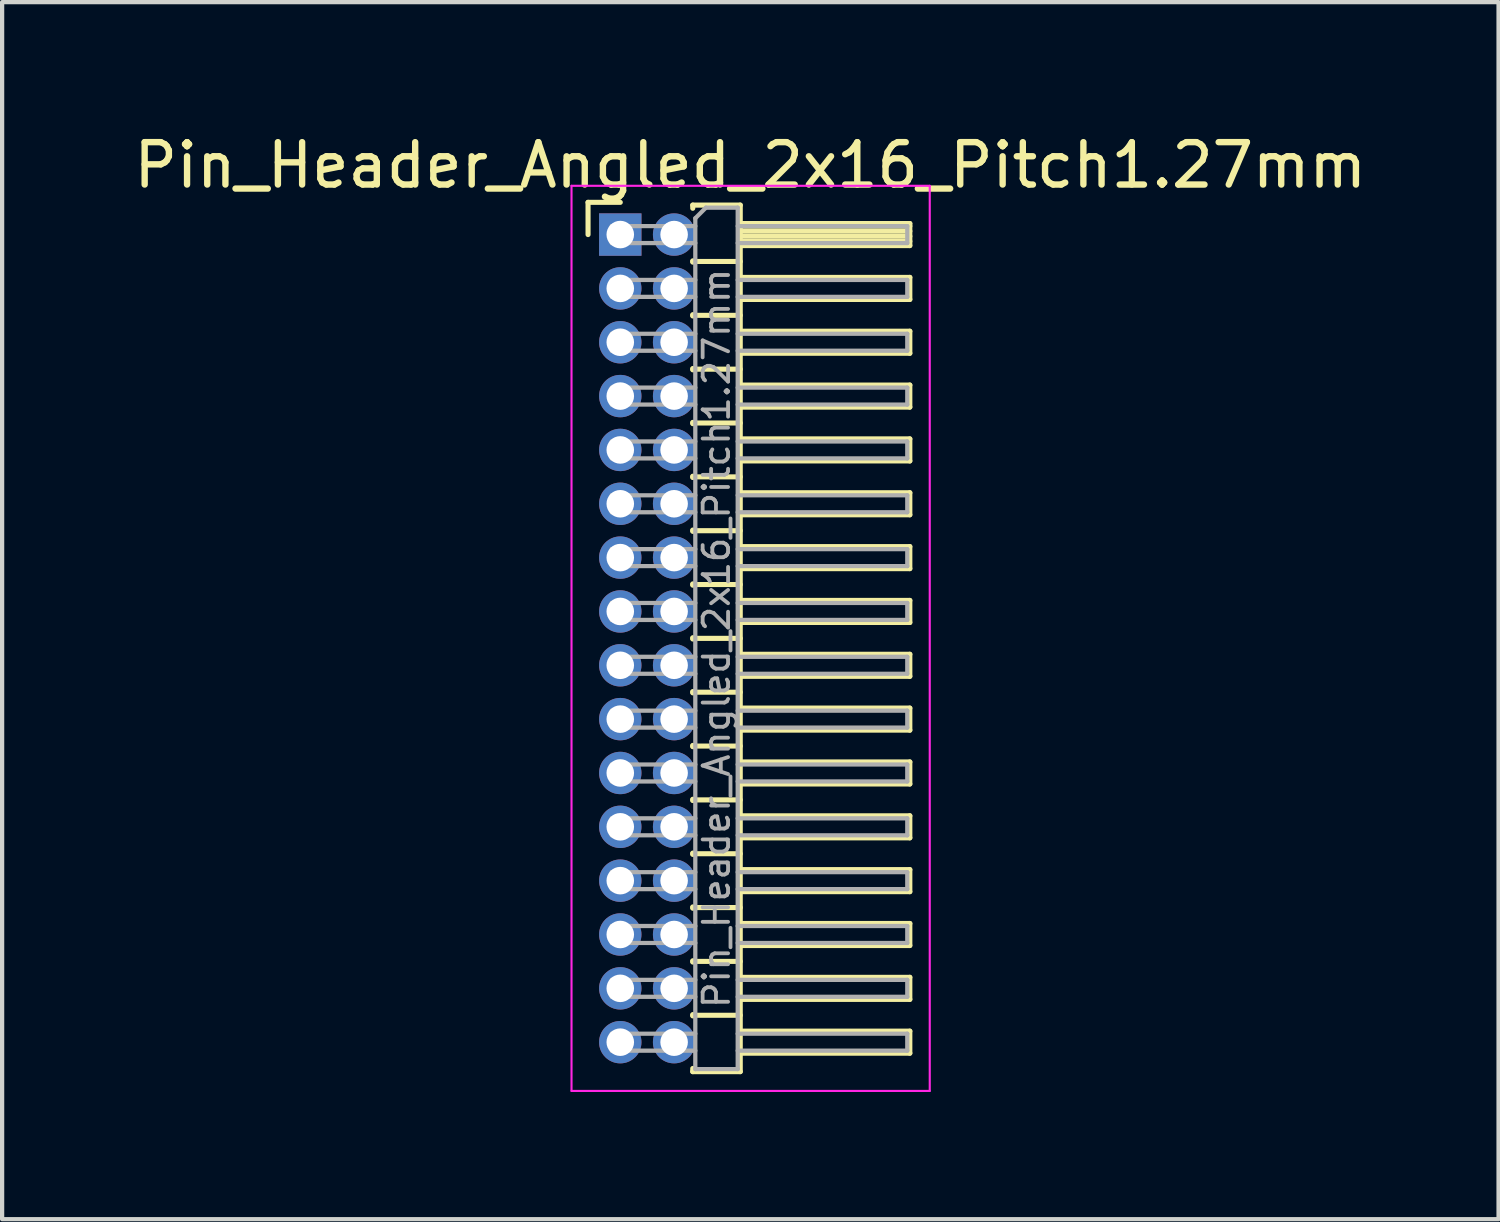
<source format=kicad_pcb>
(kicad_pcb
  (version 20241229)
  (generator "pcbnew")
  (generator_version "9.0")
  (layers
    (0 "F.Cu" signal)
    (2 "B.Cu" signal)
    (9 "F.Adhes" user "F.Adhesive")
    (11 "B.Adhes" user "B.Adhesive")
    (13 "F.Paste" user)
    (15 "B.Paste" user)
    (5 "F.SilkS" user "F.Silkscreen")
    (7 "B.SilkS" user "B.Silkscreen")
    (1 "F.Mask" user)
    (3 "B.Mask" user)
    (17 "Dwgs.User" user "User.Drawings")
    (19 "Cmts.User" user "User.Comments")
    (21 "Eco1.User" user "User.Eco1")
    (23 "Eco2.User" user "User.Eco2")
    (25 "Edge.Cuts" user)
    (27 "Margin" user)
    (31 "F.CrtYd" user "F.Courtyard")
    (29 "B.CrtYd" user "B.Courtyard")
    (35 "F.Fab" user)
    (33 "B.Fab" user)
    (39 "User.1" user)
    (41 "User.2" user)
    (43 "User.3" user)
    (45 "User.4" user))
  (footprint "Pin_Header_Angled_2x16_Pitch1.27mm"
    (layer "F.Cu")
    (at 11.581 2.483)
    (property "Reference" "Pin_Header_Angled_2x16_Pitch1.27mm" (at 3.067 -1.635 0) (layer "F.SilkS") (effects (font (size 1 1) (thickness 0.15))))
    (attr through_hole)
    (fp_line (start -0.76 -0.76) (end 0 -0.76) (stroke (width 0.12) (type solid)) (layer "F.SilkS"))
    (fp_line (start -0.76 0) (end -0.76 -0.76) (stroke (width 0.12) (type solid)) (layer "F.SilkS"))
    (fp_line (start 1.71 -0.695) (end 2.83 -0.695) (stroke (width 0.12) (type solid)) (layer "F.SilkS"))
    (fp_line (start 1.71 -0.62) (end 1.71 -0.695) (stroke (width 0.12) (type solid)) (layer "F.SilkS"))
    (fp_line (start 1.71 0.62) (end 1.71 0.65) (stroke (width 0.12) (type solid)) (layer "F.SilkS"))
    (fp_line (start 1.71 0.635) (end 2.83 0.635) (stroke (width 0.12) (type solid)) (layer "F.SilkS"))
    (fp_line (start 1.71 1.89) (end 1.71 1.92) (stroke (width 0.12) (type solid)) (layer "F.SilkS"))
    (fp_line (start 1.71 1.905) (end 2.83 1.905) (stroke (width 0.12) (type solid)) (layer "F.SilkS"))
    (fp_line (start 1.71 3.16) (end 1.71 3.19) (stroke (width 0.12) (type solid)) (layer "F.SilkS"))
    (fp_line (start 1.71 3.175) (end 2.83 3.175) (stroke (width 0.12) (type solid)) (layer "F.SilkS"))
    (fp_line (start 1.71 4.43) (end 1.71 4.46) (stroke (width 0.12) (type solid)) (layer "F.SilkS"))
    (fp_line (start 1.71 4.445) (end 2.83 4.445) (stroke (width 0.12) (type solid)) (layer "F.SilkS"))
    (fp_line (start 1.71 5.7) (end 1.71 5.73) (stroke (width 0.12) (type solid)) (layer "F.SilkS"))
    (fp_line (start 1.71 5.715) (end 2.83 5.715) (stroke (width 0.12) (type solid)) (layer "F.SilkS"))
    (fp_line (start 1.71 6.97) (end 1.71 7) (stroke (width 0.12) (type solid)) (layer "F.SilkS"))
    (fp_line (start 1.71 6.985) (end 2.83 6.985) (stroke (width 0.12) (type solid)) (layer "F.SilkS"))
    (fp_line (start 1.71 8.24) (end 1.71 8.27) (stroke (width 0.12) (type solid)) (layer "F.SilkS"))
    (fp_line (start 1.71 8.255) (end 2.83 8.255) (stroke (width 0.12) (type solid)) (layer "F.SilkS"))
    (fp_line (start 1.71 9.51) (end 1.71 9.54) (stroke (width 0.12) (type solid)) (layer "F.SilkS"))
    (fp_line (start 1.71 9.525) (end 2.83 9.525) (stroke (width 0.12) (type solid)) (layer "F.SilkS"))
    (fp_line (start 1.71 10.78) (end 1.71 10.81) (stroke (width 0.12) (type solid)) (layer "F.SilkS"))
    (fp_line (start 1.71 10.795) (end 2.83 10.795) (stroke (width 0.12) (type solid)) (layer "F.SilkS"))
    (fp_line (start 1.71 12.05) (end 1.71 12.08) (stroke (width 0.12) (type solid)) (layer "F.SilkS"))
    (fp_line (start 1.71 12.065) (end 2.83 12.065) (stroke (width 0.12) (type solid)) (layer "F.SilkS"))
    (fp_line (start 1.71 13.32) (end 1.71 13.35) (stroke (width 0.12) (type solid)) (layer "F.SilkS"))
    (fp_line (start 1.71 13.335) (end 2.83 13.335) (stroke (width 0.12) (type solid)) (layer "F.SilkS"))
    (fp_line (start 1.71 14.59) (end 1.71 14.62) (stroke (width 0.12) (type solid)) (layer "F.SilkS"))
    (fp_line (start 1.71 14.605) (end 2.83 14.605) (stroke (width 0.12) (type solid)) (layer "F.SilkS"))
    (fp_line (start 1.71 15.86) (end 1.71 15.89) (stroke (width 0.12) (type solid)) (layer "F.SilkS"))
    (fp_line (start 1.71 15.875) (end 2.83 15.875) (stroke (width 0.12) (type solid)) (layer "F.SilkS"))
    (fp_line (start 1.71 17.13) (end 1.71 17.16) (stroke (width 0.12) (type solid)) (layer "F.SilkS"))
    (fp_line (start 1.71 17.145) (end 2.83 17.145) (stroke (width 0.12) (type solid)) (layer "F.SilkS"))
    (fp_line (start 1.71 18.4) (end 1.71 18.43) (stroke (width 0.12) (type solid)) (layer "F.SilkS"))
    (fp_line (start 1.71 18.415) (end 2.83 18.415) (stroke (width 0.12) (type solid)) (layer "F.SilkS"))
    (fp_line (start 1.71 19.745) (end 1.71 19.67) (stroke (width 0.12) (type solid)) (layer "F.SilkS"))
    (fp_line (start 2.83 -0.695) (end 2.83 19.745) (stroke (width 0.12) (type solid)) (layer "F.SilkS"))
    (fp_line (start 2.83 -0.26) (end 6.83 -0.26) (stroke (width 0.12) (type solid)) (layer "F.SilkS"))
    (fp_line (start 2.83 -0.2) (end 6.83 -0.2) (stroke (width 0.12) (type solid)) (layer "F.SilkS"))
    (fp_line (start 2.83 -0.08) (end 6.83 -0.08) (stroke (width 0.12) (type solid)) (layer "F.SilkS"))
    (fp_line (start 2.83 0.04) (end 6.83 0.04) (stroke (width 0.12) (type solid)) (layer "F.SilkS"))
    (fp_line (start 2.83 0.16) (end 6.83 0.16) (stroke (width 0.12) (type solid)) (layer "F.SilkS"))
    (fp_line (start 2.83 1.01) (end 6.83 1.01) (stroke (width 0.12) (type solid)) (layer "F.SilkS"))
    (fp_line (start 2.83 2.28) (end 6.83 2.28) (stroke (width 0.12) (type solid)) (layer "F.SilkS"))
    (fp_line (start 2.83 3.55) (end 6.83 3.55) (stroke (width 0.12) (type solid)) (layer "F.SilkS"))
    (fp_line (start 2.83 4.82) (end 6.83 4.82) (stroke (width 0.12) (type solid)) (layer "F.SilkS"))
    (fp_line (start 2.83 6.09) (end 6.83 6.09) (stroke (width 0.12) (type solid)) (layer "F.SilkS"))
    (fp_line (start 2.83 7.36) (end 6.83 7.36) (stroke (width 0.12) (type solid)) (layer "F.SilkS"))
    (fp_line (start 2.83 8.63) (end 6.83 8.63) (stroke (width 0.12) (type solid)) (layer "F.SilkS"))
    (fp_line (start 2.83 9.9) (end 6.83 9.9) (stroke (width 0.12) (type solid)) (layer "F.SilkS"))
    (fp_line (start 2.83 11.17) (end 6.83 11.17) (stroke (width 0.12) (type solid)) (layer "F.SilkS"))
    (fp_line (start 2.83 12.44) (end 6.83 12.44) (stroke (width 0.12) (type solid)) (layer "F.SilkS"))
    (fp_line (start 2.83 13.71) (end 6.83 13.71) (stroke (width 0.12) (type solid)) (layer "F.SilkS"))
    (fp_line (start 2.83 14.98) (end 6.83 14.98) (stroke (width 0.12) (type solid)) (layer "F.SilkS"))
    (fp_line (start 2.83 16.25) (end 6.83 16.25) (stroke (width 0.12) (type solid)) (layer "F.SilkS"))
    (fp_line (start 2.83 17.52) (end 6.83 17.52) (stroke (width 0.12) (type solid)) (layer "F.SilkS"))
    (fp_line (start 2.83 18.79) (end 6.83 18.79) (stroke (width 0.12) (type solid)) (layer "F.SilkS"))
    (fp_line (start 2.83 19.745) (end 1.71 19.745) (stroke (width 0.12) (type solid)) (layer "F.SilkS"))
    (fp_line (start 6.83 -0.26) (end 6.83 0.26) (stroke (width 0.12) (type solid)) (layer "F.SilkS"))
    (fp_line (start 6.83 0.26) (end 2.83 0.26) (stroke (width 0.12) (type solid)) (layer "F.SilkS"))
    (fp_line (start 6.83 1.01) (end 6.83 1.53) (stroke (width 0.12) (type solid)) (layer "F.SilkS"))
    (fp_line (start 6.83 1.53) (end 2.83 1.53) (stroke (width 0.12) (type solid)) (layer "F.SilkS"))
    (fp_line (start 6.83 2.28) (end 6.83 2.8) (stroke (width 0.12) (type solid)) (layer "F.SilkS"))
    (fp_line (start 6.83 2.8) (end 2.83 2.8) (stroke (width 0.12) (type solid)) (layer "F.SilkS"))
    (fp_line (start 6.83 3.55) (end 6.83 4.07) (stroke (width 0.12) (type solid)) (layer "F.SilkS"))
    (fp_line (start 6.83 4.07) (end 2.83 4.07) (stroke (width 0.12) (type solid)) (layer "F.SilkS"))
    (fp_line (start 6.83 4.82) (end 6.83 5.34) (stroke (width 0.12) (type solid)) (layer "F.SilkS"))
    (fp_line (start 6.83 5.34) (end 2.83 5.34) (stroke (width 0.12) (type solid)) (layer "F.SilkS"))
    (fp_line (start 6.83 6.09) (end 6.83 6.61) (stroke (width 0.12) (type solid)) (layer "F.SilkS"))
    (fp_line (start 6.83 6.61) (end 2.83 6.61) (stroke (width 0.12) (type solid)) (layer "F.SilkS"))
    (fp_line (start 6.83 7.36) (end 6.83 7.88) (stroke (width 0.12) (type solid)) (layer "F.SilkS"))
    (fp_line (start 6.83 7.88) (end 2.83 7.88) (stroke (width 0.12) (type solid)) (layer "F.SilkS"))
    (fp_line (start 6.83 8.63) (end 6.83 9.15) (stroke (width 0.12) (type solid)) (layer "F.SilkS"))
    (fp_line (start 6.83 9.15) (end 2.83 9.15) (stroke (width 0.12) (type solid)) (layer "F.SilkS"))
    (fp_line (start 6.83 9.9) (end 6.83 10.42) (stroke (width 0.12) (type solid)) (layer "F.SilkS"))
    (fp_line (start 6.83 10.42) (end 2.83 10.42) (stroke (width 0.12) (type solid)) (layer "F.SilkS"))
    (fp_line (start 6.83 11.17) (end 6.83 11.69) (stroke (width 0.12) (type solid)) (layer "F.SilkS"))
    (fp_line (start 6.83 11.69) (end 2.83 11.69) (stroke (width 0.12) (type solid)) (layer "F.SilkS"))
    (fp_line (start 6.83 12.44) (end 6.83 12.96) (stroke (width 0.12) (type solid)) (layer "F.SilkS"))
    (fp_line (start 6.83 12.96) (end 2.83 12.96) (stroke (width 0.12) (type solid)) (layer "F.SilkS"))
    (fp_line (start 6.83 13.71) (end 6.83 14.23) (stroke (width 0.12) (type solid)) (layer "F.SilkS"))
    (fp_line (start 6.83 14.23) (end 2.83 14.23) (stroke (width 0.12) (type solid)) (layer "F.SilkS"))
    (fp_line (start 6.83 14.98) (end 6.83 15.5) (stroke (width 0.12) (type solid)) (layer "F.SilkS"))
    (fp_line (start 6.83 15.5) (end 2.83 15.5) (stroke (width 0.12) (type solid)) (layer "F.SilkS"))
    (fp_line (start 6.83 16.25) (end 6.83 16.77) (stroke (width 0.12) (type solid)) (layer "F.SilkS"))
    (fp_line (start 6.83 16.77) (end 2.83 16.77) (stroke (width 0.12) (type solid)) (layer "F.SilkS"))
    (fp_line (start 6.83 17.52) (end 6.83 18.04) (stroke (width 0.12) (type solid)) (layer "F.SilkS"))
    (fp_line (start 6.83 18.04) (end 2.83 18.04) (stroke (width 0.12) (type solid)) (layer "F.SilkS"))
    (fp_line (start 6.83 18.79) (end 6.83 19.31) (stroke (width 0.12) (type solid)) (layer "F.SilkS"))
    (fp_line (start 6.83 19.31) (end 2.83 19.31) (stroke (width 0.12) (type solid)) (layer "F.SilkS"))
    (fp_line (start -1.15 -1.15) (end -1.15 20.2) (stroke (width 0.05) (type solid)) (layer "F.CrtYd"))
    (fp_line (start -1.15 20.2) (end 7.3 20.2) (stroke (width 0.05) (type solid)) (layer "F.CrtYd"))
    (fp_line (start 7.3 -1.15) (end -1.15 -1.15) (stroke (width 0.05) (type solid)) (layer "F.CrtYd"))
    (fp_line (start 7.3 20.2) (end 7.3 -1.15) (stroke (width 0.05) (type solid)) (layer "F.CrtYd"))
    (fp_line (start -0.2 -0.2) (end -0.2 0.2) (stroke (width 0.1) (type solid)) (layer "F.Fab"))
    (fp_line (start -0.2 -0.2) (end 1.77 -0.2) (stroke (width 0.1) (type solid)) (layer "F.Fab"))
    (fp_line (start -0.2 0.2) (end 1.77 0.2) (stroke (width 0.1) (type solid)) (layer "F.Fab"))
    (fp_line (start -0.2 1.07) (end -0.2 1.47) (stroke (width 0.1) (type solid)) (layer "F.Fab"))
    (fp_line (start -0.2 1.07) (end 1.77 1.07) (stroke (width 0.1) (type solid)) (layer "F.Fab"))
    (fp_line (start -0.2 1.47) (end 1.77 1.47) (stroke (width 0.1) (type solid)) (layer "F.Fab"))
    (fp_line (start -0.2 2.34) (end -0.2 2.74) (stroke (width 0.1) (type solid)) (layer "F.Fab"))
    (fp_line (start -0.2 2.34) (end 1.77 2.34) (stroke (width 0.1) (type solid)) (layer "F.Fab"))
    (fp_line (start -0.2 2.74) (end 1.77 2.74) (stroke (width 0.1) (type solid)) (layer "F.Fab"))
    (fp_line (start -0.2 3.61) (end -0.2 4.01) (stroke (width 0.1) (type solid)) (layer "F.Fab"))
    (fp_line (start -0.2 3.61) (end 1.77 3.61) (stroke (width 0.1) (type solid)) (layer "F.Fab"))
    (fp_line (start -0.2 4.01) (end 1.77 4.01) (stroke (width 0.1) (type solid)) (layer "F.Fab"))
    (fp_line (start -0.2 4.88) (end -0.2 5.28) (stroke (width 0.1) (type solid)) (layer "F.Fab"))
    (fp_line (start -0.2 4.88) (end 1.77 4.88) (stroke (width 0.1) (type solid)) (layer "F.Fab"))
    (fp_line (start -0.2 5.28) (end 1.77 5.28) (stroke (width 0.1) (type solid)) (layer "F.Fab"))
    (fp_line (start -0.2 6.15) (end -0.2 6.55) (stroke (width 0.1) (type solid)) (layer "F.Fab"))
    (fp_line (start -0.2 6.15) (end 1.77 6.15) (stroke (width 0.1) (type solid)) (layer "F.Fab"))
    (fp_line (start -0.2 6.55) (end 1.77 6.55) (stroke (width 0.1) (type solid)) (layer "F.Fab"))
    (fp_line (start -0.2 7.42) (end -0.2 7.82) (stroke (width 0.1) (type solid)) (layer "F.Fab"))
    (fp_line (start -0.2 7.42) (end 1.77 7.42) (stroke (width 0.1) (type solid)) (layer "F.Fab"))
    (fp_line (start -0.2 7.82) (end 1.77 7.82) (stroke (width 0.1) (type solid)) (layer "F.Fab"))
    (fp_line (start -0.2 8.69) (end -0.2 9.09) (stroke (width 0.1) (type solid)) (layer "F.Fab"))
    (fp_line (start -0.2 8.69) (end 1.77 8.69) (stroke (width 0.1) (type solid)) (layer "F.Fab"))
    (fp_line (start -0.2 9.09) (end 1.77 9.09) (stroke (width 0.1) (type solid)) (layer "F.Fab"))
    (fp_line (start -0.2 9.96) (end -0.2 10.36) (stroke (width 0.1) (type solid)) (layer "F.Fab"))
    (fp_line (start -0.2 9.96) (end 1.77 9.96) (stroke (width 0.1) (type solid)) (layer "F.Fab"))
    (fp_line (start -0.2 10.36) (end 1.77 10.36) (stroke (width 0.1) (type solid)) (layer "F.Fab"))
    (fp_line (start -0.2 11.23) (end -0.2 11.63) (stroke (width 0.1) (type solid)) (layer "F.Fab"))
    (fp_line (start -0.2 11.23) (end 1.77 11.23) (stroke (width 0.1) (type solid)) (layer "F.Fab"))
    (fp_line (start -0.2 11.63) (end 1.77 11.63) (stroke (width 0.1) (type solid)) (layer "F.Fab"))
    (fp_line (start -0.2 12.5) (end -0.2 12.9) (stroke (width 0.1) (type solid)) (layer "F.Fab"))
    (fp_line (start -0.2 12.5) (end 1.77 12.5) (stroke (width 0.1) (type solid)) (layer "F.Fab"))
    (fp_line (start -0.2 12.9) (end 1.77 12.9) (stroke (width 0.1) (type solid)) (layer "F.Fab"))
    (fp_line (start -0.2 13.77) (end -0.2 14.17) (stroke (width 0.1) (type solid)) (layer "F.Fab"))
    (fp_line (start -0.2 13.77) (end 1.77 13.77) (stroke (width 0.1) (type solid)) (layer "F.Fab"))
    (fp_line (start -0.2 14.17) (end 1.77 14.17) (stroke (width 0.1) (type solid)) (layer "F.Fab"))
    (fp_line (start -0.2 15.04) (end -0.2 15.44) (stroke (width 0.1) (type solid)) (layer "F.Fab"))
    (fp_line (start -0.2 15.04) (end 1.77 15.04) (stroke (width 0.1) (type solid)) (layer "F.Fab"))
    (fp_line (start -0.2 15.44) (end 1.77 15.44) (stroke (width 0.1) (type solid)) (layer "F.Fab"))
    (fp_line (start -0.2 16.31) (end -0.2 16.71) (stroke (width 0.1) (type solid)) (layer "F.Fab"))
    (fp_line (start -0.2 16.31) (end 1.77 16.31) (stroke (width 0.1) (type solid)) (layer "F.Fab"))
    (fp_line (start -0.2 16.71) (end 1.77 16.71) (stroke (width 0.1) (type solid)) (layer "F.Fab"))
    (fp_line (start -0.2 17.58) (end -0.2 17.98) (stroke (width 0.1) (type solid)) (layer "F.Fab"))
    (fp_line (start -0.2 17.58) (end 1.77 17.58) (stroke (width 0.1) (type solid)) (layer "F.Fab"))
    (fp_line (start -0.2 17.98) (end 1.77 17.98) (stroke (width 0.1) (type solid)) (layer "F.Fab"))
    (fp_line (start -0.2 18.85) (end -0.2 19.25) (stroke (width 0.1) (type solid)) (layer "F.Fab"))
    (fp_line (start -0.2 18.85) (end 1.77 18.85) (stroke (width 0.1) (type solid)) (layer "F.Fab"))
    (fp_line (start -0.2 19.25) (end 1.77 19.25) (stroke (width 0.1) (type solid)) (layer "F.Fab"))
    (fp_line (start 1.77 -0.385) (end 2.02 -0.635) (stroke (width 0.1) (type solid)) (layer "F.Fab"))
    (fp_line (start 1.77 19.685) (end 1.77 -0.385) (stroke (width 0.1) (type solid)) (layer "F.Fab"))
    (fp_line (start 2.02 -0.635) (end 2.77 -0.635) (stroke (width 0.1) (type solid)) (layer "F.Fab"))
    (fp_line (start 2.77 -0.635) (end 2.77 19.685) (stroke (width 0.1) (type solid)) (layer "F.Fab"))
    (fp_line (start 2.77 -0.2) (end 6.77 -0.2) (stroke (width 0.1) (type solid)) (layer "F.Fab"))
    (fp_line (start 2.77 0.2) (end 6.77 0.2) (stroke (width 0.1) (type solid)) (layer "F.Fab"))
    (fp_line (start 2.77 1.07) (end 6.77 1.07) (stroke (width 0.1) (type solid)) (layer "F.Fab"))
    (fp_line (start 2.77 1.47) (end 6.77 1.47) (stroke (width 0.1) (type solid)) (layer "F.Fab"))
    (fp_line (start 2.77 2.34) (end 6.77 2.34) (stroke (width 0.1) (type solid)) (layer "F.Fab"))
    (fp_line (start 2.77 2.74) (end 6.77 2.74) (stroke (width 0.1) (type solid)) (layer "F.Fab"))
    (fp_line (start 2.77 3.61) (end 6.77 3.61) (stroke (width 0.1) (type solid)) (layer "F.Fab"))
    (fp_line (start 2.77 4.01) (end 6.77 4.01) (stroke (width 0.1) (type solid)) (layer "F.Fab"))
    (fp_line (start 2.77 4.88) (end 6.77 4.88) (stroke (width 0.1) (type solid)) (layer "F.Fab"))
    (fp_line (start 2.77 5.28) (end 6.77 5.28) (stroke (width 0.1) (type solid)) (layer "F.Fab"))
    (fp_line (start 2.77 6.15) (end 6.77 6.15) (stroke (width 0.1) (type solid)) (layer "F.Fab"))
    (fp_line (start 2.77 6.55) (end 6.77 6.55) (stroke (width 0.1) (type solid)) (layer "F.Fab"))
    (fp_line (start 2.77 7.42) (end 6.77 7.42) (stroke (width 0.1) (type solid)) (layer "F.Fab"))
    (fp_line (start 2.77 7.82) (end 6.77 7.82) (stroke (width 0.1) (type solid)) (layer "F.Fab"))
    (fp_line (start 2.77 8.69) (end 6.77 8.69) (stroke (width 0.1) (type solid)) (layer "F.Fab"))
    (fp_line (start 2.77 9.09) (end 6.77 9.09) (stroke (width 0.1) (type solid)) (layer "F.Fab"))
    (fp_line (start 2.77 9.96) (end 6.77 9.96) (stroke (width 0.1) (type solid)) (layer "F.Fab"))
    (fp_line (start 2.77 10.36) (end 6.77 10.36) (stroke (width 0.1) (type solid)) (layer "F.Fab"))
    (fp_line (start 2.77 11.23) (end 6.77 11.23) (stroke (width 0.1) (type solid)) (layer "F.Fab"))
    (fp_line (start 2.77 11.63) (end 6.77 11.63) (stroke (width 0.1) (type solid)) (layer "F.Fab"))
    (fp_line (start 2.77 12.5) (end 6.77 12.5) (stroke (width 0.1) (type solid)) (layer "F.Fab"))
    (fp_line (start 2.77 12.9) (end 6.77 12.9) (stroke (width 0.1) (type solid)) (layer "F.Fab"))
    (fp_line (start 2.77 13.77) (end 6.77 13.77) (stroke (width 0.1) (type solid)) (layer "F.Fab"))
    (fp_line (start 2.77 14.17) (end 6.77 14.17) (stroke (width 0.1) (type solid)) (layer "F.Fab"))
    (fp_line (start 2.77 15.04) (end 6.77 15.04) (stroke (width 0.1) (type solid)) (layer "F.Fab"))
    (fp_line (start 2.77 15.44) (end 6.77 15.44) (stroke (width 0.1) (type solid)) (layer "F.Fab"))
    (fp_line (start 2.77 16.31) (end 6.77 16.31) (stroke (width 0.1) (type solid)) (layer "F.Fab"))
    (fp_line (start 2.77 16.71) (end 6.77 16.71) (stroke (width 0.1) (type solid)) (layer "F.Fab"))
    (fp_line (start 2.77 17.58) (end 6.77 17.58) (stroke (width 0.1) (type solid)) (layer "F.Fab"))
    (fp_line (start 2.77 17.98) (end 6.77 17.98) (stroke (width 0.1) (type solid)) (layer "F.Fab"))
    (fp_line (start 2.77 18.85) (end 6.77 18.85) (stroke (width 0.1) (type solid)) (layer "F.Fab"))
    (fp_line (start 2.77 19.25) (end 6.77 19.25) (stroke (width 0.1) (type solid)) (layer "F.Fab"))
    (fp_line (start 2.77 19.685) (end 1.77 19.685) (stroke (width 0.1) (type solid)) (layer "F.Fab"))
    (fp_line (start 6.77 -0.2) (end 6.77 0.2) (stroke (width 0.1) (type solid)) (layer "F.Fab"))
    (fp_line (start 6.77 1.07) (end 6.77 1.47) (stroke (width 0.1) (type solid)) (layer "F.Fab"))
    (fp_line (start 6.77 2.34) (end 6.77 2.74) (stroke (width 0.1) (type solid)) (layer "F.Fab"))
    (fp_line (start 6.77 3.61) (end 6.77 4.01) (stroke (width 0.1) (type solid)) (layer "F.Fab"))
    (fp_line (start 6.77 4.88) (end 6.77 5.28) (stroke (width 0.1) (type solid)) (layer "F.Fab"))
    (fp_line (start 6.77 6.15) (end 6.77 6.55) (stroke (width 0.1) (type solid)) (layer "F.Fab"))
    (fp_line (start 6.77 7.42) (end 6.77 7.82) (stroke (width 0.1) (type solid)) (layer "F.Fab"))
    (fp_line (start 6.77 8.69) (end 6.77 9.09) (stroke (width 0.1) (type solid)) (layer "F.Fab"))
    (fp_line (start 6.77 9.96) (end 6.77 10.36) (stroke (width 0.1) (type solid)) (layer "F.Fab"))
    (fp_line (start 6.77 11.23) (end 6.77 11.63) (stroke (width 0.1) (type solid)) (layer "F.Fab"))
    (fp_line (start 6.77 12.5) (end 6.77 12.9) (stroke (width 0.1) (type solid)) (layer "F.Fab"))
    (fp_line (start 6.77 13.77) (end 6.77 14.17) (stroke (width 0.1) (type solid)) (layer "F.Fab"))
    (fp_line (start 6.77 15.04) (end 6.77 15.44) (stroke (width 0.1) (type solid)) (layer "F.Fab"))
    (fp_line (start 6.77 16.31) (end 6.77 16.71) (stroke (width 0.1) (type solid)) (layer "F.Fab"))
    (fp_line (start 6.77 17.58) (end 6.77 17.98) (stroke (width 0.1) (type solid)) (layer "F.Fab"))
    (fp_line (start 6.77 18.85) (end 6.77 19.25) (stroke (width 0.1) (type solid)) (layer "F.Fab"))
    (fp_text user "${REFERENCE}" (at 2.27 9.525 90) (layer "F.Fab") (effects (font (size 0.6 0.6) (thickness 0.09))))
    (pad "1" thru_hole rect (at 0 0) (size 1 1) (drill 0.65) (layers "*.Cu" "*.Mask"))
    (pad "2" thru_hole oval (at 1.27 0) (size 1 1) (drill 0.65) (layers "*.Cu" "*.Mask"))
    (pad "3" thru_hole oval (at 0 1.27) (size 1 1) (drill 0.65) (layers "*.Cu" "*.Mask"))
    (pad "4" thru_hole oval (at 1.27 1.27) (size 1 1) (drill 0.65) (layers "*.Cu" "*.Mask"))
    (pad "5" thru_hole oval (at 0 2.54) (size 1 1) (drill 0.65) (layers "*.Cu" "*.Mask"))
    (pad "6" thru_hole oval (at 1.27 2.54) (size 1 1) (drill 0.65) (layers "*.Cu" "*.Mask"))
    (pad "7" thru_hole oval (at 0 3.81) (size 1 1) (drill 0.65) (layers "*.Cu" "*.Mask"))
    (pad "8" thru_hole oval (at 1.27 3.81) (size 1 1) (drill 0.65) (layers "*.Cu" "*.Mask"))
    (pad "9" thru_hole oval (at 0 5.08) (size 1 1) (drill 0.65) (layers "*.Cu" "*.Mask"))
    (pad "10" thru_hole oval (at 1.27 5.08) (size 1 1) (drill 0.65) (layers "*.Cu" "*.Mask"))
    (pad "11" thru_hole oval (at 0 6.35) (size 1 1) (drill 0.65) (layers "*.Cu" "*.Mask"))
    (pad "12" thru_hole oval (at 1.27 6.35) (size 1 1) (drill 0.65) (layers "*.Cu" "*.Mask"))
    (pad "13" thru_hole oval (at 0 7.62) (size 1 1) (drill 0.65) (layers "*.Cu" "*.Mask"))
    (pad "14" thru_hole oval (at 1.27 7.62) (size 1 1) (drill 0.65) (layers "*.Cu" "*.Mask"))
    (pad "15" thru_hole oval (at 0 8.89) (size 1 1) (drill 0.65) (layers "*.Cu" "*.Mask"))
    (pad "16" thru_hole oval (at 1.27 8.89) (size 1 1) (drill 0.65) (layers "*.Cu" "*.Mask"))
    (pad "17" thru_hole oval (at 0 10.16) (size 1 1) (drill 0.65) (layers "*.Cu" "*.Mask"))
    (pad "18" thru_hole oval (at 1.27 10.16) (size 1 1) (drill 0.65) (layers "*.Cu" "*.Mask"))
    (pad "19" thru_hole oval (at 0 11.43) (size 1 1) (drill 0.65) (layers "*.Cu" "*.Mask"))
    (pad "20" thru_hole oval (at 1.27 11.43) (size 1 1) (drill 0.65) (layers "*.Cu" "*.Mask"))
    (pad "21" thru_hole oval (at 0 12.7) (size 1 1) (drill 0.65) (layers "*.Cu" "*.Mask"))
    (pad "22" thru_hole oval (at 1.27 12.7) (size 1 1) (drill 0.65) (layers "*.Cu" "*.Mask"))
    (pad "23" thru_hole oval (at 0 13.97) (size 1 1) (drill 0.65) (layers "*.Cu" "*.Mask"))
    (pad "24" thru_hole oval (at 1.27 13.97) (size 1 1) (drill 0.65) (layers "*.Cu" "*.Mask"))
    (pad "25" thru_hole oval (at 0 15.24) (size 1 1) (drill 0.65) (layers "*.Cu" "*.Mask"))
    (pad "26" thru_hole oval (at 1.27 15.24) (size 1 1) (drill 0.65) (layers "*.Cu" "*.Mask"))
    (pad "27" thru_hole oval (at 0 16.51) (size 1 1) (drill 0.65) (layers "*.Cu" "*.Mask"))
    (pad "28" thru_hole oval (at 1.27 16.51) (size 1 1) (drill 0.65) (layers "*.Cu" "*.Mask"))
    (pad "29" thru_hole oval (at 0 17.78) (size 1 1) (drill 0.65) (layers "*.Cu" "*.Mask"))
    (pad "30" thru_hole oval (at 1.27 17.78) (size 1 1) (drill 0.65) (layers "*.Cu" "*.Mask"))
    (pad "31" thru_hole oval (at 0 19.05) (size 1 1) (drill 0.65) (layers "*.Cu" "*.Mask"))
    (pad "32" thru_hole oval (at 1.27 19.05) (size 1 1) (drill 0.65) (layers "*.Cu" "*.Mask")))
  (gr_rect
    (start -3 -3)
    (end 32.298 25.708)
    (stroke (width 0.1) (type default))
    (fill no)
    (layer "Edge.Cuts")))
</source>
